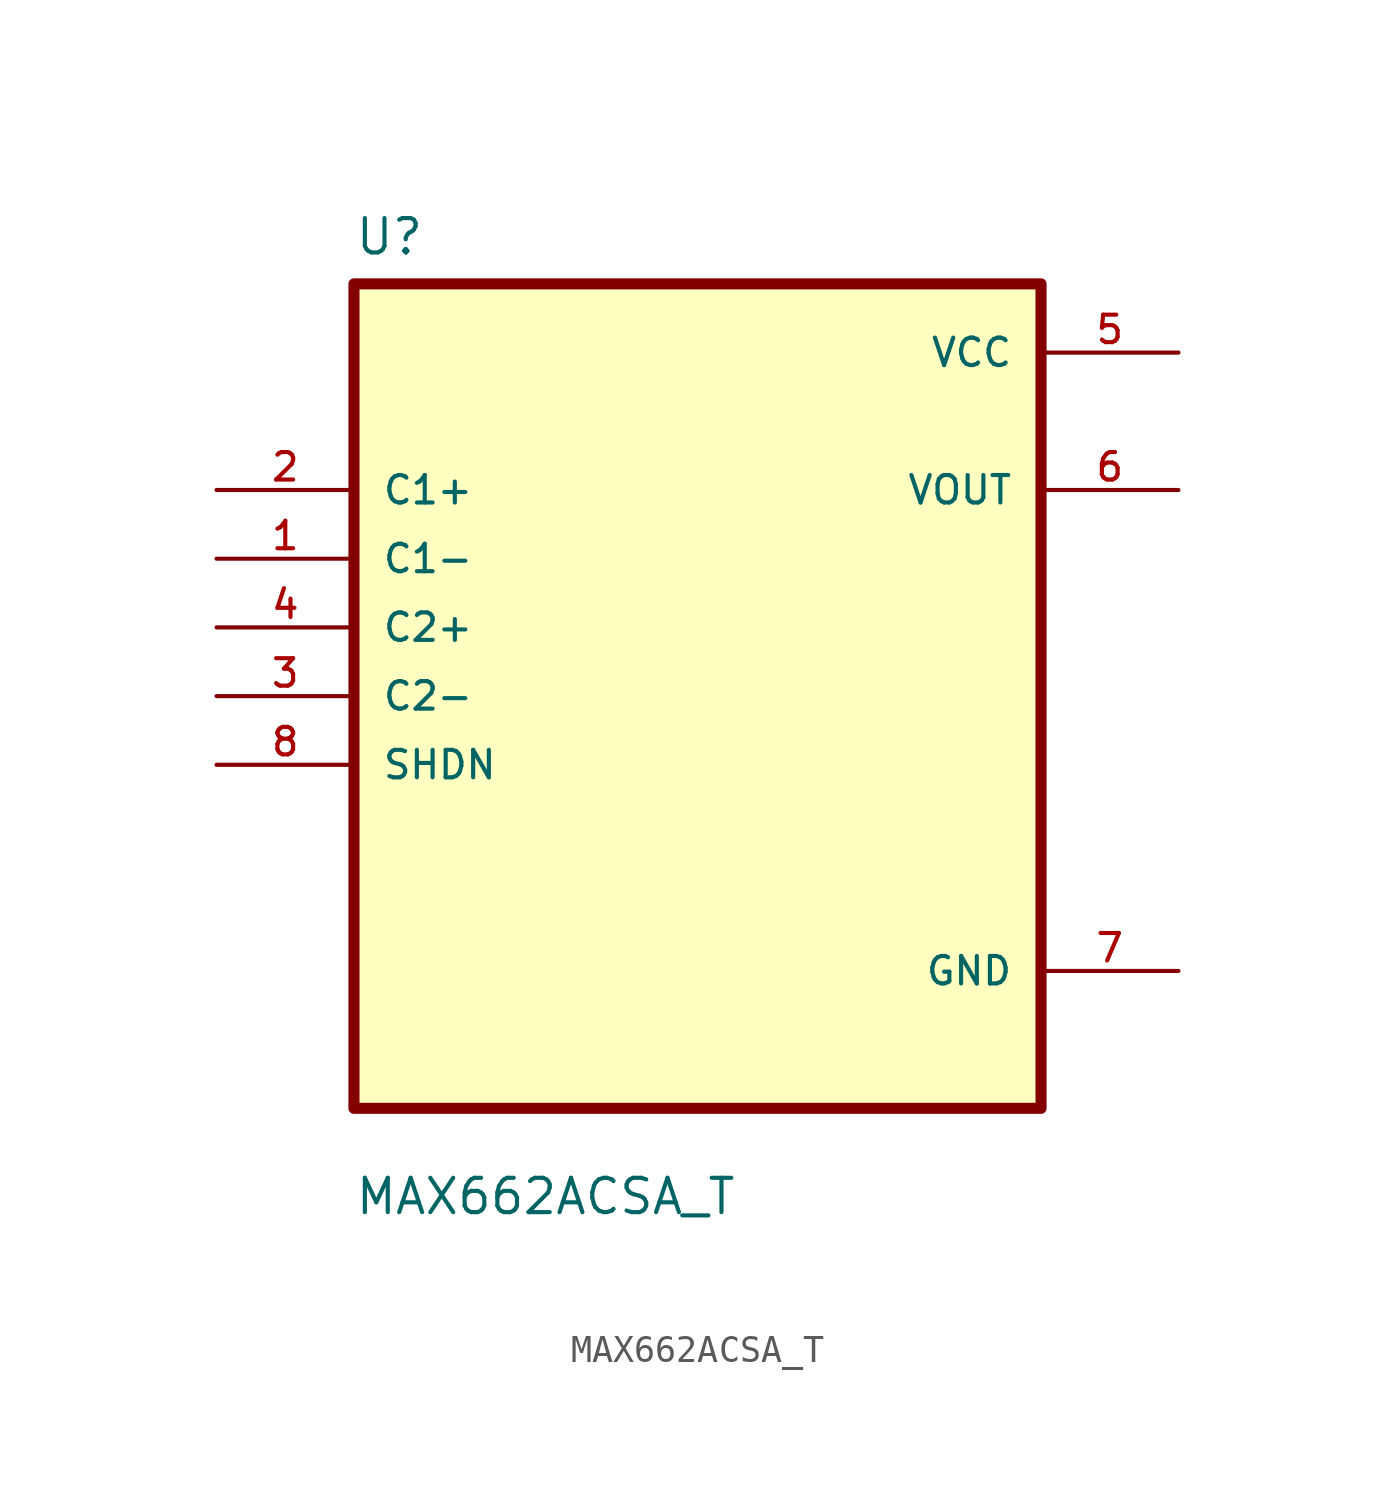
<source format=kicad_sym>
(kicad_symbol_lib
  (version 20211014)
  (generator kicad_symbol_editor)
  (symbol "MAX662ACSA_T"
    (pin_names
      (offset 1.016))
    (property "Reference" "U"
      (at -12.7 16.24 0.0)
      (effects (font (size 1.27 1.27)) (justify bottom left)))
    (property "Value" "MAX662ACSA_T"
      (at -12.7 -19.24 0.0)
      (effects (font (size 1.27 1.27)) (justify bottom left)))
    (symbol "MAX662ACSA_T_0_0"
      (rectangle (start -12.7 -15.24) (end 12.7 15.24) (stroke (width 0.41)) (fill (type background)))
      (pin input line (at -17.78 7.62 0) (length 5.08) (name "C1+" (effects (font (size 1.016 1.016)))) (number "2" (effects (font (size 1.016 1.016)))))
      (pin input line (at -17.78 5.08 0) (length 5.08) (name "C1-" (effects (font (size 1.016 1.016)))) (number "1" (effects (font (size 1.016 1.016)))))
      (pin input line (at -17.78 2.54 0) (length 5.08) (name "C2+" (effects (font (size 1.016 1.016)))) (number "4" (effects (font (size 1.016 1.016)))))
      (pin input line (at -17.78 0.0 0) (length 5.08) (name "C2-" (effects (font (size 1.016 1.016)))) (number "3" (effects (font (size 1.016 1.016)))))
      (pin input line (at -17.78 -2.54 0) (length 5.08) (name "SHDN" (effects (font (size 1.016 1.016)))) (number "8" (effects (font (size 1.016 1.016)))))
      (pin power_in line (at 17.78 12.7 180.0) (length 5.08) (name "VCC" (effects (font (size 1.016 1.016)))) (number "5" (effects (font (size 1.016 1.016)))))
      (pin output line (at 17.78 7.62 180.0) (length 5.08) (name "VOUT" (effects (font (size 1.016 1.016)))) (number "6" (effects (font (size 1.016 1.016)))))
      (pin power_in line (at 17.78 -10.16 180.0) (length 5.08) (name "GND" (effects (font (size 1.016 1.016)))) (number "7" (effects (font (size 1.016 1.016))))))))
</source>
